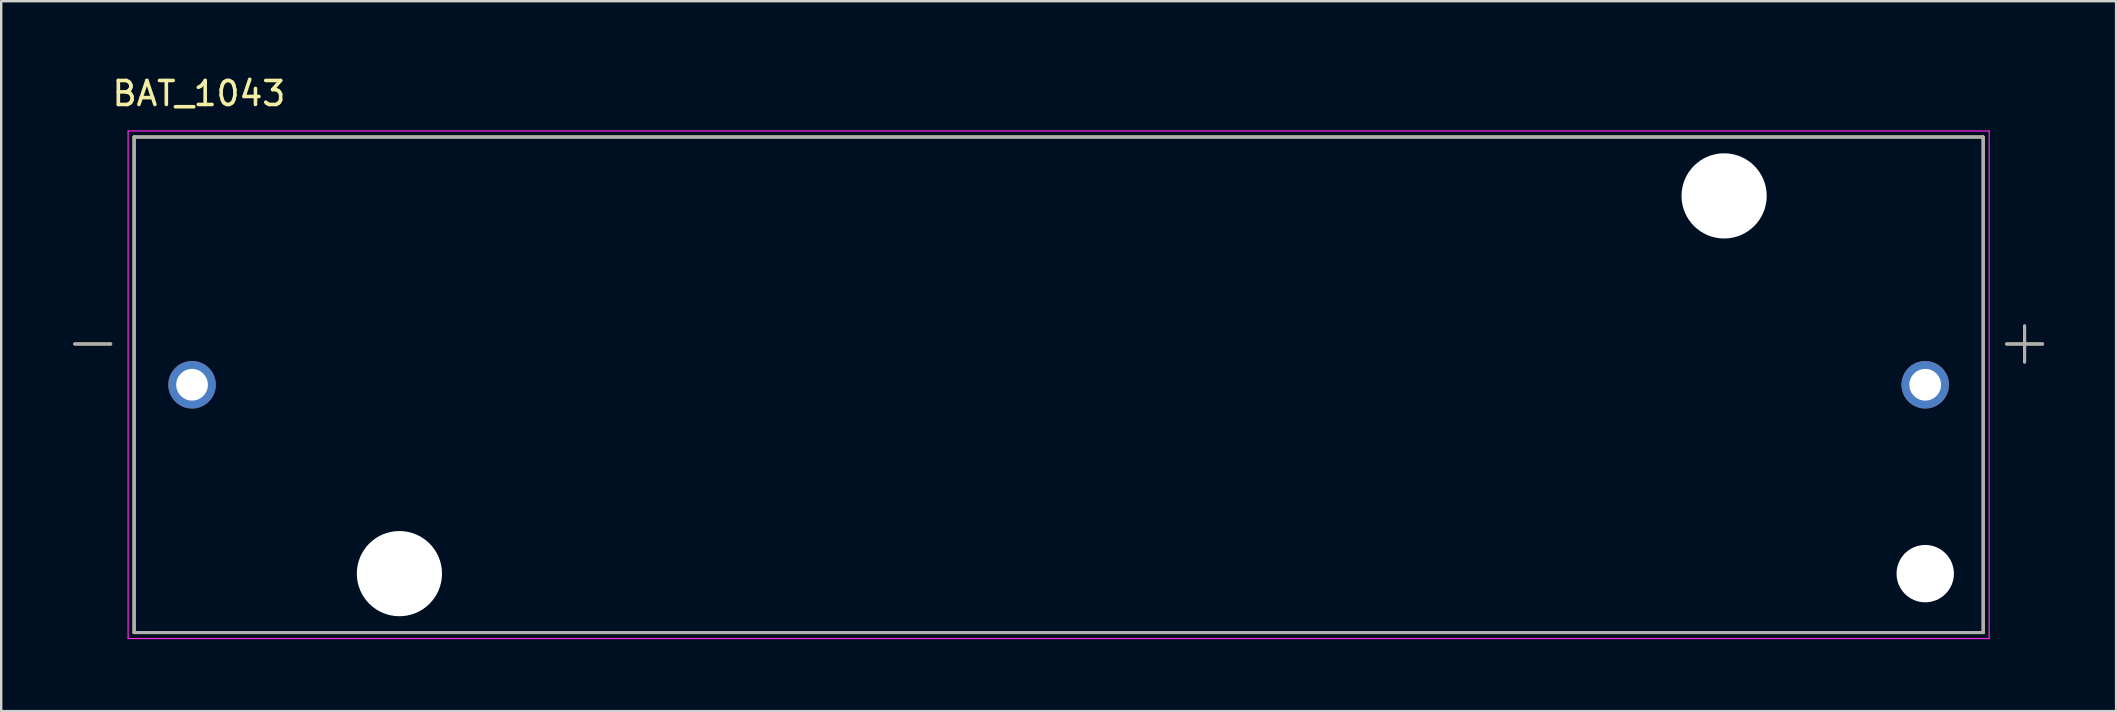
<source format=kicad_pcb>
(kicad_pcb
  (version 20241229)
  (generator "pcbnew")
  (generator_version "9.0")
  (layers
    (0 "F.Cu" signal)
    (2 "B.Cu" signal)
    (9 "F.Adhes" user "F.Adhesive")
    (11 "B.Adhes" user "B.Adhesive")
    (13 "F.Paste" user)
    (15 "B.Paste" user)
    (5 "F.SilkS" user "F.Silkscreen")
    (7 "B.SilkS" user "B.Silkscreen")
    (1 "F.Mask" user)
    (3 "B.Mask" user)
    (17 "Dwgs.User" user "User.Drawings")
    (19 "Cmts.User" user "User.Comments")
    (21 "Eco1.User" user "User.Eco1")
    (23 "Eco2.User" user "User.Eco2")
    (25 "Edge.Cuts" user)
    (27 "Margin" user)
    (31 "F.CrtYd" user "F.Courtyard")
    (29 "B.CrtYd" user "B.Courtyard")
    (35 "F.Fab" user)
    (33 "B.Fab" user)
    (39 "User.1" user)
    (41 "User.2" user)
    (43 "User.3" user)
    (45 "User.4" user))
  (footprint "BAT_1043"
    (layer "F.Cu")
    (at 41.063 12.983)
    (property "Reference" "BAT_1043" (at -35.825 -12.135 0) (layer "F.SilkS") (effects (font (size 1 1) (thickness 0.15))))
    (attr through_hole)
    (fp_line (start -39.5 -1.7) (end -41 -1.7) (stroke (width 0.127) (type solid)) (layer "F.SilkS"))
    (fp_line (start -38.525 -10.325) (end -38.525 10.325) (stroke (width 0.127) (type solid)) (layer "F.SilkS"))
    (fp_line (start -38.525 10.325) (end 38.525 10.325) (stroke (width 0.127) (type solid)) (layer "F.SilkS"))
    (fp_line (start 38.525 -10.325) (end -38.525 -10.325) (stroke (width 0.127) (type solid)) (layer "F.SilkS"))
    (fp_line (start 38.525 10.325) (end 38.525 -10.325) (stroke (width 0.127) (type solid)) (layer "F.SilkS"))
    (fp_line (start 39.5 -1.7) (end 41 -1.7) (stroke (width 0.127) (type solid)) (layer "F.SilkS"))
    (fp_line (start 40.25 -0.95) (end 40.25 -2.45) (stroke (width 0.127) (type solid)) (layer "F.SilkS"))
    (fp_line (start -38.775 -10.575) (end -38.775 10.575) (stroke (width 0.05) (type solid)) (layer "F.CrtYd"))
    (fp_line (start -38.775 10.575) (end 38.775 10.575) (stroke (width 0.05) (type solid)) (layer "F.CrtYd"))
    (fp_line (start 38.775 -10.575) (end -38.775 -10.575) (stroke (width 0.05) (type solid)) (layer "F.CrtYd"))
    (fp_line (start 38.775 10.575) (end 38.775 -10.575) (stroke (width 0.05) (type solid)) (layer "F.CrtYd"))
    (fp_line (start -39.5 -1.7) (end -41 -1.7) (stroke (width 0.127) (type solid)) (layer "F.Fab"))
    (fp_line (start -38.525 -10.325) (end -38.525 10.325) (stroke (width 0.127) (type solid)) (layer "F.Fab"))
    (fp_line (start -38.525 10.325) (end 38.525 10.325) (stroke (width 0.127) (type solid)) (layer "F.Fab"))
    (fp_line (start 38.525 -10.325) (end -38.525 -10.325) (stroke (width 0.127) (type solid)) (layer "F.Fab"))
    (fp_line (start 38.525 10.325) (end 38.525 -10.325) (stroke (width 0.127) (type solid)) (layer "F.Fab"))
    (fp_line (start 39.5 -1.7) (end 41 -1.7) (stroke (width 0.127) (type solid)) (layer "F.Fab"))
    (fp_line (start 40.25 -0.95) (end 40.25 -2.45) (stroke (width 0.127) (type solid)) (layer "F.Fab"))
    (pad "" np_thru_hole circle (at -27.47 7.87) (size 3.55 3.55) (drill 3.55) (layers "*.Cu" "*.Mask"))
    (pad "" np_thru_hole circle (at 27.73 -7.87) (size 3.55 3.55) (drill 3.55) (layers "*.Cu" "*.Mask"))
    (pad "" np_thru_hole circle (at 36.11 7.87) (size 2.39 2.39) (drill 2.39) (layers "*.Cu" "*.Mask"))
    (pad "1" thru_hole circle (at 36.11 0) (size 1.98 1.98) (drill 1.32) (layers "*.Cu" "*.Mask"))
    (pad "2" thru_hole circle (at -36.11 0) (size 1.98 1.98) (drill 1.32) (layers "*.Cu" "*.Mask")))
  (gr_rect
    (start -3 -3)
    (end 85.127 26.583)
    (stroke (width 0.1) (type default))
    (fill no)
    (layer "Edge.Cuts")))
</source>
